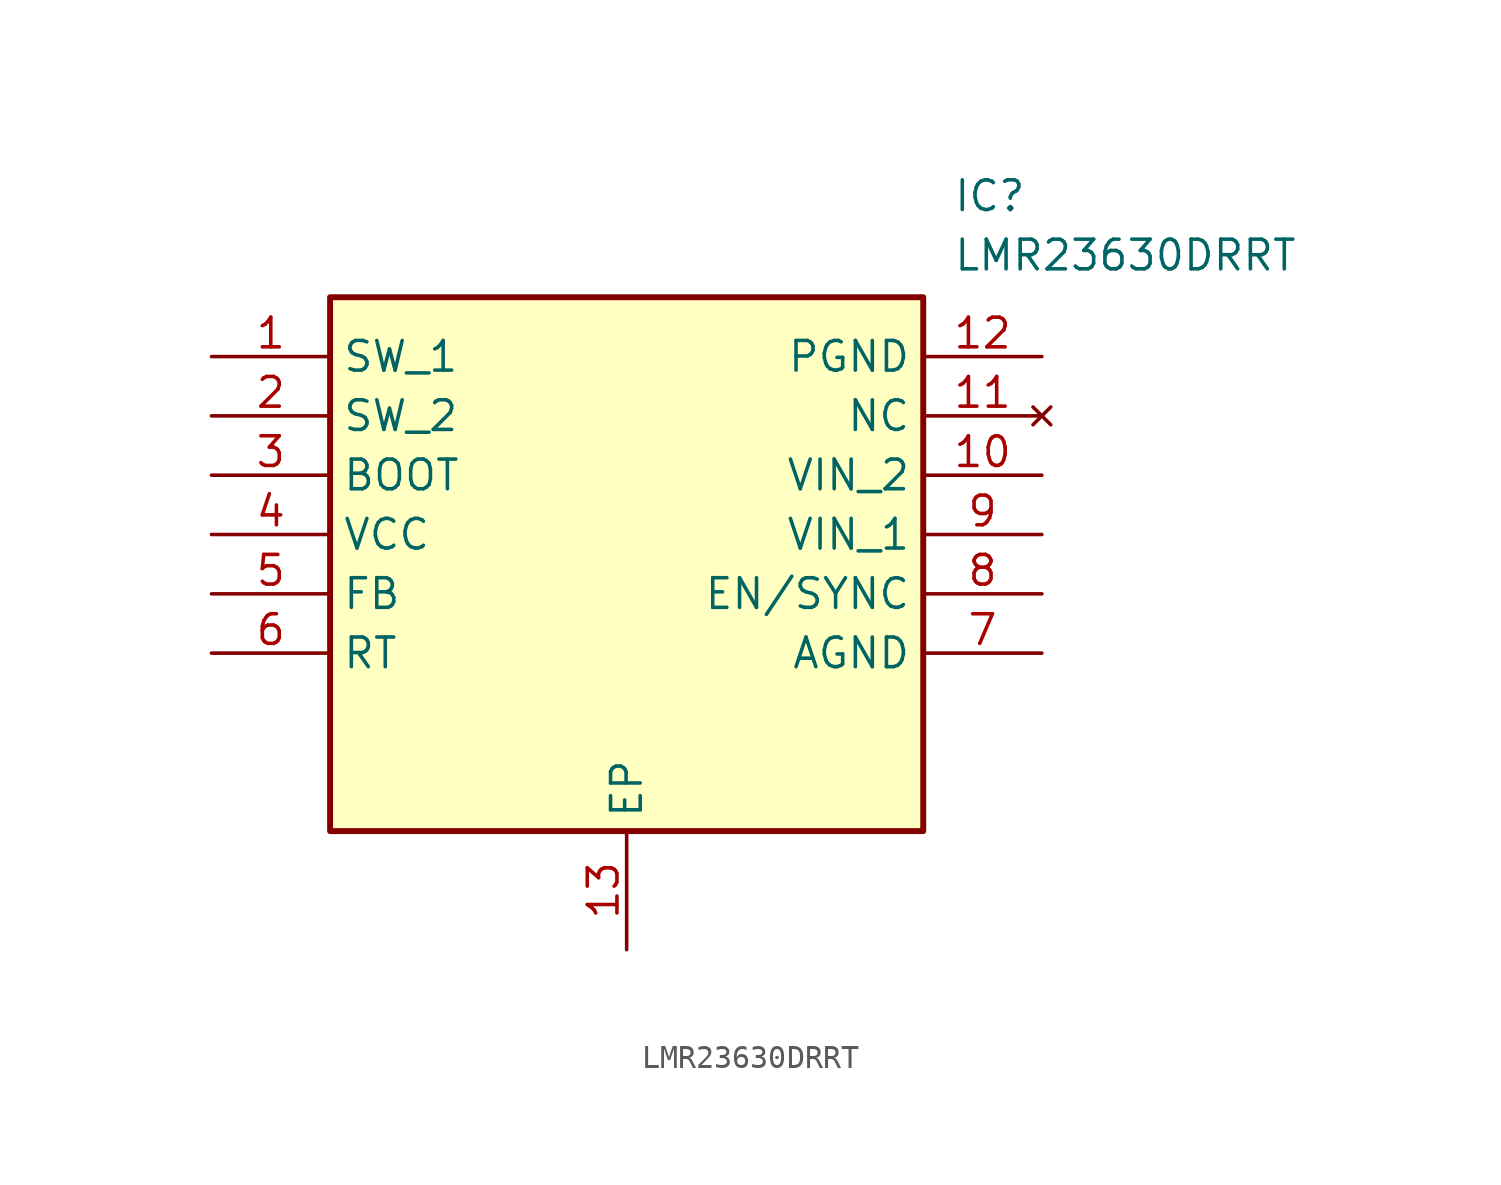
<source format=kicad_sym>
(kicad_symbol_lib
  (version 20211014)
  (generator SamacSys_ECAD_Model)
  (symbol "LMR23630DRRT"
    (property "Reference" "IC"
      (at 31.75 7.62 0)
      (effects (font (size 1.27 1.27)) (justify left top)))
    (property "Value" "LMR23630DRRT"
      (at 31.75 5.08 0)
      (effects (font (size 1.27 1.27)) (justify left top)))
    (rectangle
      (start 5.08 2.54)
      (end 30.48 -20.32)
      (stroke (width 0.254) (type default))
      (fill (type background)))
    (pin passive line
      (at 0 0 0)
      (length 5.08)
      (name "SW_1" (effects (font (size 1.27 1.27))))
      (number "1" (effects (font (size 1.27 1.27)))))
    (pin passive line
      (at 0 -2.54 0)
      (length 5.08)
      (name "SW_2" (effects (font (size 1.27 1.27))))
      (number "2" (effects (font (size 1.27 1.27)))))
    (pin passive line
      (at 0 -5.08 0)
      (length 5.08)
      (name "BOOT" (effects (font (size 1.27 1.27))))
      (number "3" (effects (font (size 1.27 1.27)))))
    (pin passive line
      (at 0 -7.62 0)
      (length 5.08)
      (name "VCC" (effects (font (size 1.27 1.27))))
      (number "4" (effects (font (size 1.27 1.27)))))
    (pin passive line
      (at 0 -10.16 0)
      (length 5.08)
      (name "FB" (effects (font (size 1.27 1.27))))
      (number "5" (effects (font (size 1.27 1.27)))))
    (pin passive line
      (at 0 -12.7 0)
      (length 5.08)
      (name "RT" (effects (font (size 1.27 1.27))))
      (number "6" (effects (font (size 1.27 1.27)))))
    (pin passive line
      (at 17.78 -25.4 90)
      (length 5.08)
      (name "EP" (effects (font (size 1.27 1.27))))
      (number "13" (effects (font (size 1.27 1.27)))))
    (pin passive line
      (at 35.56 0 180)
      (length 5.08)
      (name "PGND" (effects (font (size 1.27 1.27))))
      (number "12" (effects (font (size 1.27 1.27)))))
    (pin no_connect line
      (at 35.56 -2.54 180)
      (length 5.08)
      (name "NC" (effects (font (size 1.27 1.27))))
      (number "11" (effects (font (size 1.27 1.27)))))
    (pin passive line
      (at 35.56 -5.08 180)
      (length 5.08)
      (name "VIN_2" (effects (font (size 1.27 1.27))))
      (number "10" (effects (font (size 1.27 1.27)))))
    (pin passive line
      (at 35.56 -7.62 180)
      (length 5.08)
      (name "VIN_1" (effects (font (size 1.27 1.27))))
      (number "9" (effects (font (size 1.27 1.27)))))
    (pin passive line
      (at 35.56 -10.16 180)
      (length 5.08)
      (name "EN/SYNC" (effects (font (size 1.27 1.27))))
      (number "8" (effects (font (size 1.27 1.27)))))
    (pin passive line
      (at 35.56 -12.7 180)
      (length 5.08)
      (name "AGND" (effects (font (size 1.27 1.27))))
      (number "7" (effects (font (size 1.27 1.27)))))))
</source>
